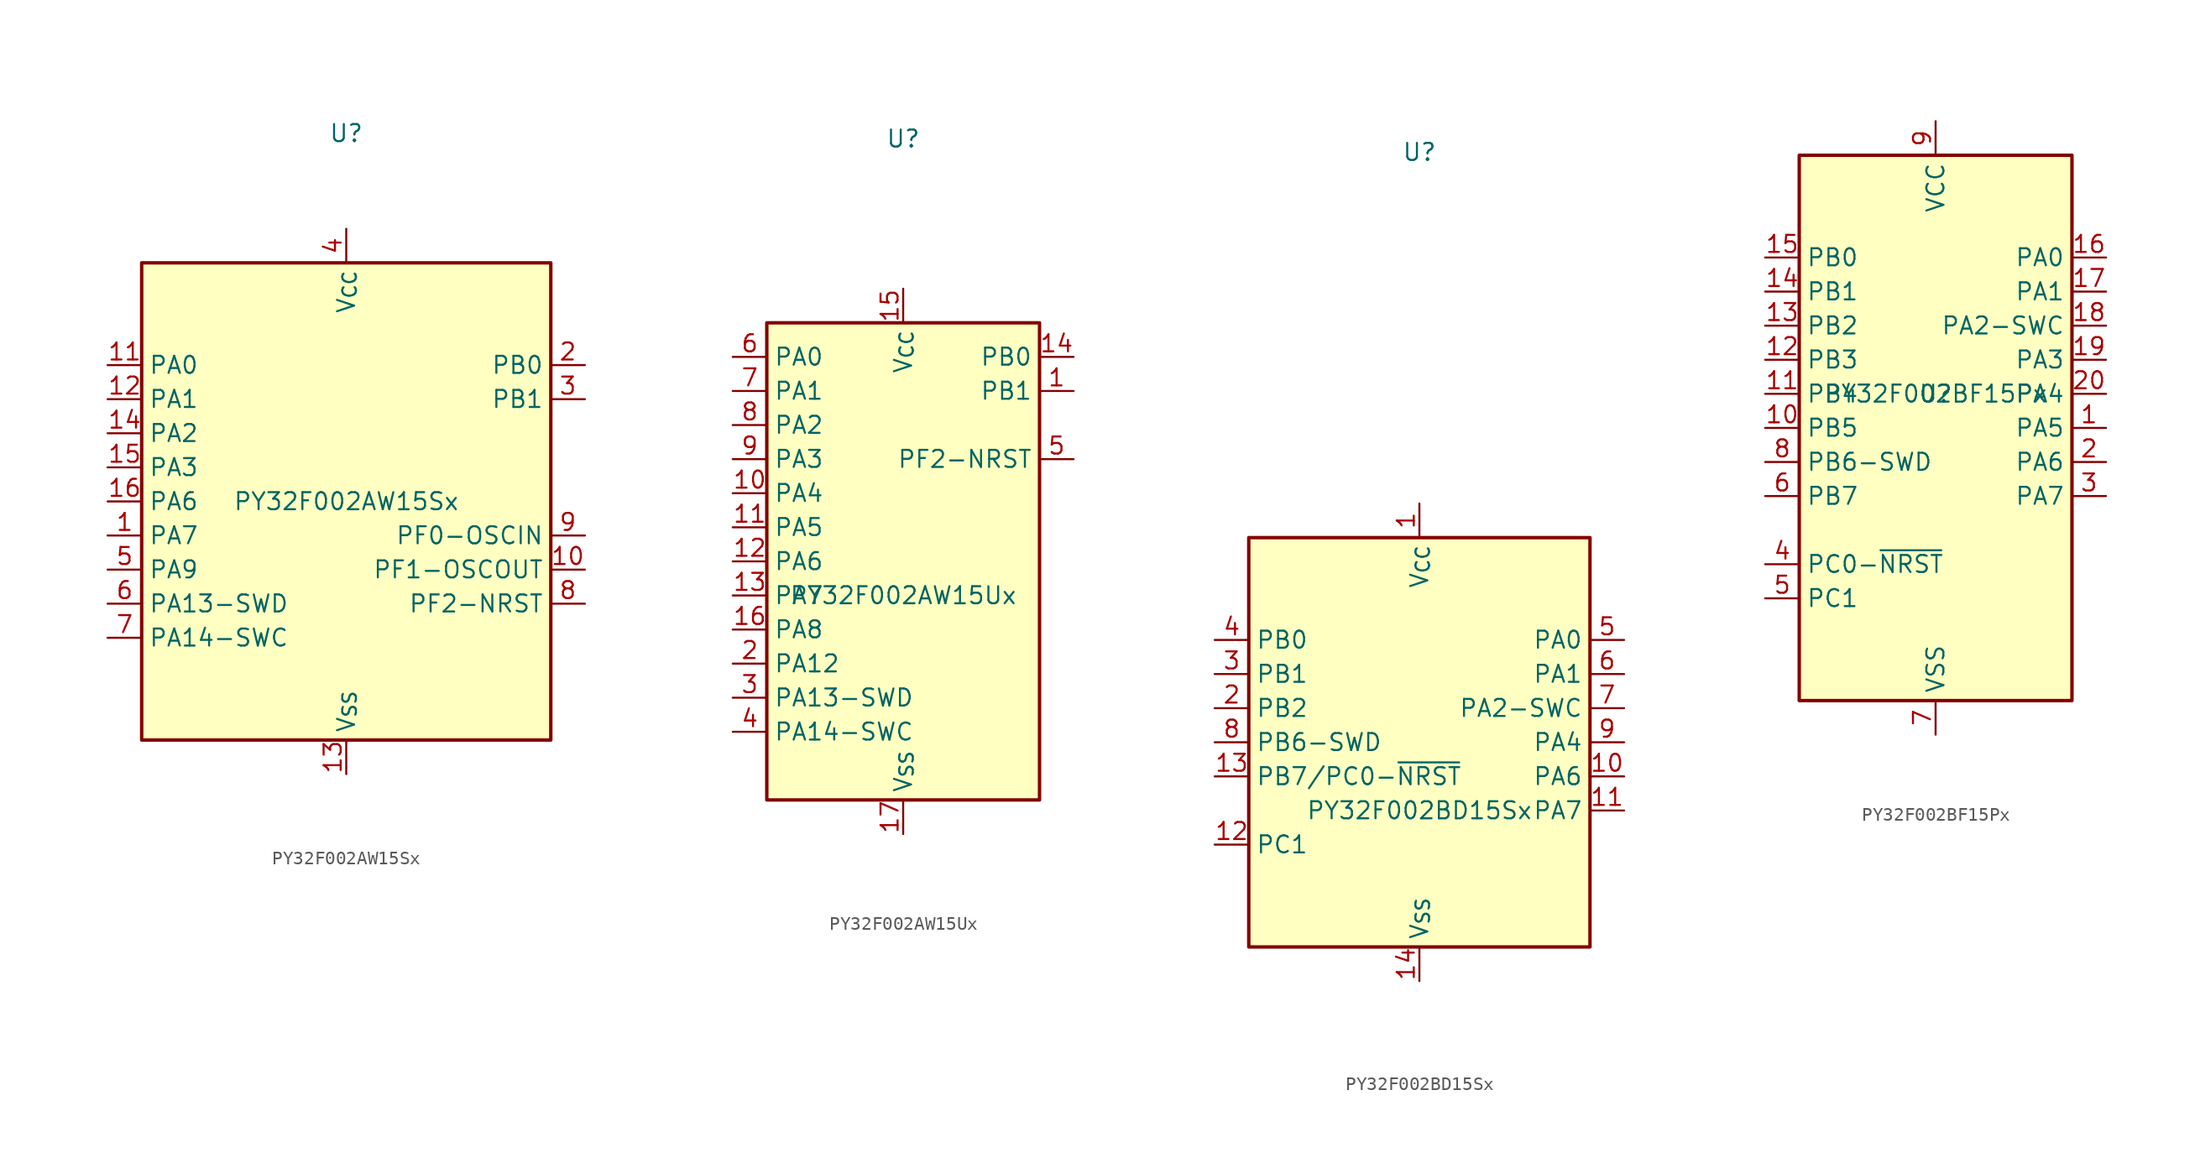
<source format=kicad_sym>
(kicad_symbol_lib
  (version 20231120)
  (generator "kicad_symbol_editor")
  (generator_version "8.0")
  (symbol "PY32F002AW15Sx"
    (property "Reference" "U"
      (at 0 27.432 0)
      (effects (font (size 1.27 1.27))))
    (property "Value" "PY32F002AW15Sx"
      (at 0 0 0)
      (effects (font (size 1.27 1.27))))
    (symbol "PY32F002AW15Sx_1_0"
      (pin bidirectional line (at -17.78 -5.08 0) (length 2.54) (name "PA9" (effects (font (size 1.27 1.27)))) (number "5" (effects (font (size 1.27 1.27))))))
    (symbol "PY32F002AW15Sx_1_1"
      (rectangle (start -15.24 17.78) (end 15.24 -17.78) (stroke (width 0.254) (type default)) (fill (type background)))
      (pin bidirectional line (at -17.78 -2.54 0) (length 2.54) (name "PA7" (effects (font (size 1.27 1.27)))) (number "1" (effects (font (size 1.27 1.27)))))
      (pin bidirectional line (at 17.78 -5.08 180) (length 2.54) (name "PF1-OSCOUT" (effects (font (size 1.27 1.27)))) (number "10" (effects (font (size 1.27 1.27)))))
      (pin bidirectional line (at -17.78 10.16 0) (length 2.54) (name "PA0" (effects (font (size 1.27 1.27)))) (number "11" (effects (font (size 1.27 1.27)))))
      (pin bidirectional line (at -17.78 7.62 0) (length 2.54) (name "PA1" (effects (font (size 1.27 1.27)))) (number "12" (effects (font (size 1.27 1.27)))))
      (pin power_in line (at 0 -20.32 90) (length 2.54) (name "V_{SS}" (effects (font (size 1.27 1.27)))) (number "13" (effects (font (size 1.27 1.27)))))
      (pin bidirectional line (at -17.78 5.08 0) (length 2.54) (name "PA2" (effects (font (size 1.27 1.27)))) (number "14" (effects (font (size 1.27 1.27)))))
      (pin bidirectional line (at -17.78 2.54 0) (length 2.54) (name "PA3" (effects (font (size 1.27 1.27)))) (number "15" (effects (font (size 1.27 1.27)))))
      (pin bidirectional line (at -17.78 0 0) (length 2.54) (name "PA6" (effects (font (size 1.27 1.27)))) (number "16" (effects (font (size 1.27 1.27)))))
      (pin bidirectional line (at 17.78 10.16 180) (length 2.54) (name "PB0" (effects (font (size 1.27 1.27)))) (number "2" (effects (font (size 1.27 1.27)))))
      (pin bidirectional line (at 17.78 7.62 180) (length 2.54) (name "PB1" (effects (font (size 1.27 1.27)))) (number "3" (effects (font (size 1.27 1.27)))))
      (pin power_in line (at 0 20.32 270) (length 2.54) (name "V_{CC}" (effects (font (size 1.27 1.27)))) (number "4" (effects (font (size 1.27 1.27)))))
      (pin bidirectional line (at -17.78 -7.62 0) (length 2.54) (name "PA13-SWD" (effects (font (size 1.27 1.27)))) (number "6" (effects (font (size 1.27 1.27)))))
      (pin bidirectional line (at -17.78 -10.16 0) (length 2.54) (name "PA14-SWC" (effects (font (size 1.27 1.27)))) (number "7" (effects (font (size 1.27 1.27)))))
      (pin bidirectional line (at 17.78 -7.62 180) (length 2.54) (name "PF2-NRST" (effects (font (size 1.27 1.27)))) (number "8" (effects (font (size 1.27 1.27)))))
      (pin bidirectional line (at 17.78 -2.54 180) (length 2.54) (name "PF0-OSCIN" (effects (font (size 1.27 1.27)))) (number "9" (effects (font (size 1.27 1.27)))))))
  (symbol "PY32F002AW15Ux"
    (property "Reference" "U"
      (at 0 31.496 0)
      (effects (font (size 1.27 1.27))))
    (property "Value" "PY32F002AW15Ux"
      (at 0 -2.54 0)
      (effects (font (size 1.27 1.27))))
    (symbol "PY32F002AW15Ux_1_0"
      (pin bidirectional line (at -12.7 5.08 0) (length 2.54) (name "PA4" (effects (font (size 1.27 1.27)))) (number "10" (effects (font (size 1.27 1.27)))))
      (pin bidirectional line (at -12.7 2.54 0) (length 2.54) (name "PA5" (effects (font (size 1.27 1.27)))) (number "11" (effects (font (size 1.27 1.27)))))
      (pin bidirectional line (at -12.7 0 0) (length 2.54) (name "PA6" (effects (font (size 1.27 1.27)))) (number "12" (effects (font (size 1.27 1.27)))))
      (pin bidirectional line (at -12.7 -5.08 0) (length 2.54) (name "PA8" (effects (font (size 1.27 1.27)))) (number "16" (effects (font (size 1.27 1.27)))))
      (pin bidirectional line (at -12.7 -7.62 0) (length 2.54) (name "PA12" (effects (font (size 1.27 1.27)))) (number "2" (effects (font (size 1.27 1.27))))))
    (symbol "PY32F002AW15Ux_1_1"
      (rectangle (start -10.16 17.78) (end 10.16 -17.78) (stroke (width 0.254) (type default)) (fill (type background)))
      (pin bidirectional line (at 12.7 12.7 180) (length 2.54) (name "PB1" (effects (font (size 1.27 1.27)))) (number "1" (effects (font (size 1.27 1.27)))))
      (pin bidirectional line (at -12.7 -2.54 0) (length 2.54) (name "PA7" (effects (font (size 1.27 1.27)))) (number "13" (effects (font (size 1.27 1.27)))))
      (pin bidirectional line (at 12.7 15.24 180) (length 2.54) (name "PB0" (effects (font (size 1.27 1.27)))) (number "14" (effects (font (size 1.27 1.27)))))
      (pin power_in line (at 0 20.32 270) (length 2.54) (name "V_{CC}" (effects (font (size 1.27 1.27)))) (number "15" (effects (font (size 1.27 1.27)))))
      (pin power_in line (at 0 -20.32 90) (length 2.54) (name "V_{SS}" (effects (font (size 1.27 1.27)))) (number "17" (effects (font (size 1.27 1.27)))))
      (pin bidirectional line (at -12.7 -10.16 0) (length 2.54) (name "PA13-SWD" (effects (font (size 1.27 1.27)))) (number "3" (effects (font (size 1.27 1.27)))))
      (pin bidirectional line (at -12.7 -12.7 0) (length 2.54) (name "PA14-SWC" (effects (font (size 1.27 1.27)))) (number "4" (effects (font (size 1.27 1.27)))))
      (pin bidirectional line (at 12.7 7.62 180) (length 2.54) (name "PF2-NRST" (effects (font (size 1.27 1.27)))) (number "5" (effects (font (size 1.27 1.27)))))
      (pin bidirectional line (at -12.7 15.24 0) (length 2.54) (name "PA0" (effects (font (size 1.27 1.27)))) (number "6" (effects (font (size 1.27 1.27)))))
      (pin bidirectional line (at -12.7 12.7 0) (length 2.54) (name "PA1" (effects (font (size 1.27 1.27)))) (number "7" (effects (font (size 1.27 1.27)))))
      (pin bidirectional line (at -12.7 10.16 0) (length 2.54) (name "PA2" (effects (font (size 1.27 1.27)))) (number "8" (effects (font (size 1.27 1.27)))))
      (pin bidirectional line (at -12.7 7.62 0) (length 2.54) (name "PA3" (effects (font (size 1.27 1.27)))) (number "9" (effects (font (size 1.27 1.27)))))))
  (symbol "PY32F002BD15Sx"
    (property "Reference" "U"
      (at 0 43.942 0)
      (effects (font (size 1.27 1.27))))
    (property "Value" "PY32F002BD15Sx"
      (at 0 -5.08 0)
      (effects (font (size 1.27 1.27))))
    (symbol "PY32F002BD15Sx_1_0"
      (pin bidirectional line (at 15.24 -5.08 180) (length 2.54) (name "PA7" (effects (font (size 1.27 1.27)))) (number "11" (effects (font (size 1.27 1.27)))))
      (pin bidirectional line (at -15.24 7.62 0) (length 2.54) (name "PB0" (effects (font (size 1.27 1.27)))) (number "4" (effects (font (size 1.27 1.27)))))
      (pin bidirectional line (at 15.24 7.62 180) (length 2.54) (name "PA0" (effects (font (size 1.27 1.27)))) (number "5" (effects (font (size 1.27 1.27))))))
    (symbol "PY32F002BD15Sx_1_1"
      (rectangle (start -12.7 15.24) (end 12.7 -15.24) (stroke (width 0.254) (type default)) (fill (type background)))
      (pin power_in line (at 0 17.78 270) (length 2.54) (name "V_{CC}" (effects (font (size 1.27 1.27)))) (number "1" (effects (font (size 1.27 1.27)))))
      (pin bidirectional line (at 15.24 -2.54 180) (length 2.54) (name "PA6" (effects (font (size 1.27 1.27)))) (number "10" (effects (font (size 1.27 1.27)))))
      (pin bidirectional line (at -15.24 -7.62 0) (length 2.54) (name "PC1" (effects (font (size 1.27 1.27)))) (number "12" (effects (font (size 1.27 1.27)))))
      (pin bidirectional line (at -15.24 -2.54 0) (length 2.54) (name "PB7/PC0-~{NRST}" (effects (font (size 1.27 1.27)))) (number "13" (effects (font (size 1.27 1.27)))))
      (pin power_in line (at 0 -17.78 90) (length 2.54) (name "V_{SS}" (effects (font (size 1.27 1.27)))) (number "14" (effects (font (size 1.27 1.27)))))
      (pin bidirectional line (at -15.24 2.54 0) (length 2.54) (name "PB2" (effects (font (size 1.27 1.27)))) (number "2" (effects (font (size 1.27 1.27)))))
      (pin bidirectional line (at -15.24 5.08 0) (length 2.54) (name "PB1" (effects (font (size 1.27 1.27)))) (number "3" (effects (font (size 1.27 1.27)))))
      (pin bidirectional line (at 15.24 5.08 180) (length 2.54) (name "PA1" (effects (font (size 1.27 1.27)))) (number "6" (effects (font (size 1.27 1.27)))))
      (pin bidirectional line (at 15.24 2.54 180) (length 2.54) (name "PA2-SWC" (effects (font (size 1.27 1.27)))) (number "7" (effects (font (size 1.27 1.27)))))
      (pin bidirectional line (at -15.24 0 0) (length 2.54) (name "PB6-SWD" (effects (font (size 1.27 1.27)))) (number "8" (effects (font (size 1.27 1.27)))))
      (pin bidirectional line (at 15.24 0 180) (length 2.54) (name "PA4" (effects (font (size 1.27 1.27)))) (number "9" (effects (font (size 1.27 1.27)))))))
  (symbol "PY32F002BF15Px"
    (property "Reference" "U"
      (at 0 2.54 0)
      (effects (font (size 1.27 1.27))))
    (property "Value" "PY32F002BF15Px"
      (at 0 2.54 0)
      (effects (font (size 1.27 1.27))))
    (symbol "PY32F002BF15Px_1_1"
      (rectangle (start -10.16 20.32) (end 10.16 -20.32) (stroke (width 0.254) (type default)) (fill (type background)))
      (pin bidirectional line (at 12.7 0 180) (length 2.54) (name "PA5" (effects (font (size 1.27 1.27)))) (number "1" (effects (font (size 1.27 1.27)))))
      (pin bidirectional line (at -12.7 0 0) (length 2.54) (name "PB5" (effects (font (size 1.27 1.27)))) (number "10" (effects (font (size 1.27 1.27)))))
      (pin bidirectional line (at -12.7 2.54 0) (length 2.54) (name "PB4" (effects (font (size 1.27 1.27)))) (number "11" (effects (font (size 1.27 1.27)))))
      (pin bidirectional line (at -12.7 5.08 0) (length 2.54) (name "PB3" (effects (font (size 1.27 1.27)))) (number "12" (effects (font (size 1.27 1.27)))))
      (pin bidirectional line (at -12.7 7.62 0) (length 2.54) (name "PB2" (effects (font (size 1.27 1.27)))) (number "13" (effects (font (size 1.27 1.27)))))
      (pin bidirectional line (at -12.7 10.16 0) (length 2.54) (name "PB1" (effects (font (size 1.27 1.27)))) (number "14" (effects (font (size 1.27 1.27)))))
      (pin bidirectional line (at -12.7 12.7 0) (length 2.54) (name "PB0" (effects (font (size 1.27 1.27)))) (number "15" (effects (font (size 1.27 1.27)))))
      (pin bidirectional line (at 12.7 12.7 180) (length 2.54) (name "PA0" (effects (font (size 1.27 1.27)))) (number "16" (effects (font (size 1.27 1.27)))))
      (pin bidirectional line (at 12.7 10.16 180) (length 2.54) (name "PA1" (effects (font (size 1.27 1.27)))) (number "17" (effects (font (size 1.27 1.27)))))
      (pin bidirectional line (at 12.7 7.62 180) (length 2.54) (name "PA2-SWC" (effects (font (size 1.27 1.27)))) (number "18" (effects (font (size 1.27 1.27)))))
      (pin bidirectional line (at 12.7 5.08 180) (length 2.54) (name "PA3" (effects (font (size 1.27 1.27)))) (number "19" (effects (font (size 1.27 1.27)))))
      (pin bidirectional line (at 12.7 -2.54 180) (length 2.54) (name "PA6" (effects (font (size 1.27 1.27)))) (number "2" (effects (font (size 1.27 1.27)))))
      (pin bidirectional line (at 12.7 2.54 180) (length 2.54) (name "PA4" (effects (font (size 1.27 1.27)))) (number "20" (effects (font (size 1.27 1.27)))))
      (pin bidirectional line (at 12.7 -5.08 180) (length 2.54) (name "PA7" (effects (font (size 1.27 1.27)))) (number "3" (effects (font (size 1.27 1.27)))))
      (pin bidirectional line (at -12.7 -10.16 0) (length 2.54) (name "PC0-~{NRST}" (effects (font (size 1.27 1.27)))) (number "4" (effects (font (size 1.27 1.27)))))
      (pin bidirectional line (at -12.7 -12.7 0) (length 2.54) (name "PC1" (effects (font (size 1.27 1.27)))) (number "5" (effects (font (size 1.27 1.27)))))
      (pin bidirectional line (at -12.7 -5.08 0) (length 2.54) (name "PB7" (effects (font (size 1.27 1.27)))) (number "6" (effects (font (size 1.27 1.27)))))
      (pin power_in line (at 0 -22.86 90) (length 2.54) (name "VSS" (effects (font (size 1.27 1.27)))) (number "7" (effects (font (size 1.27 1.27)))))
      (pin bidirectional line (at -12.7 -2.54 0) (length 2.54) (name "PB6-SWD" (effects (font (size 1.27 1.27)))) (number "8" (effects (font (size 1.27 1.27)))))
      (pin power_in line (at 0 22.86 270) (length 2.54) (name "VCC" (effects (font (size 1.27 1.27)))) (number "9" (effects (font (size 1.27 1.27))))))))
</source>
